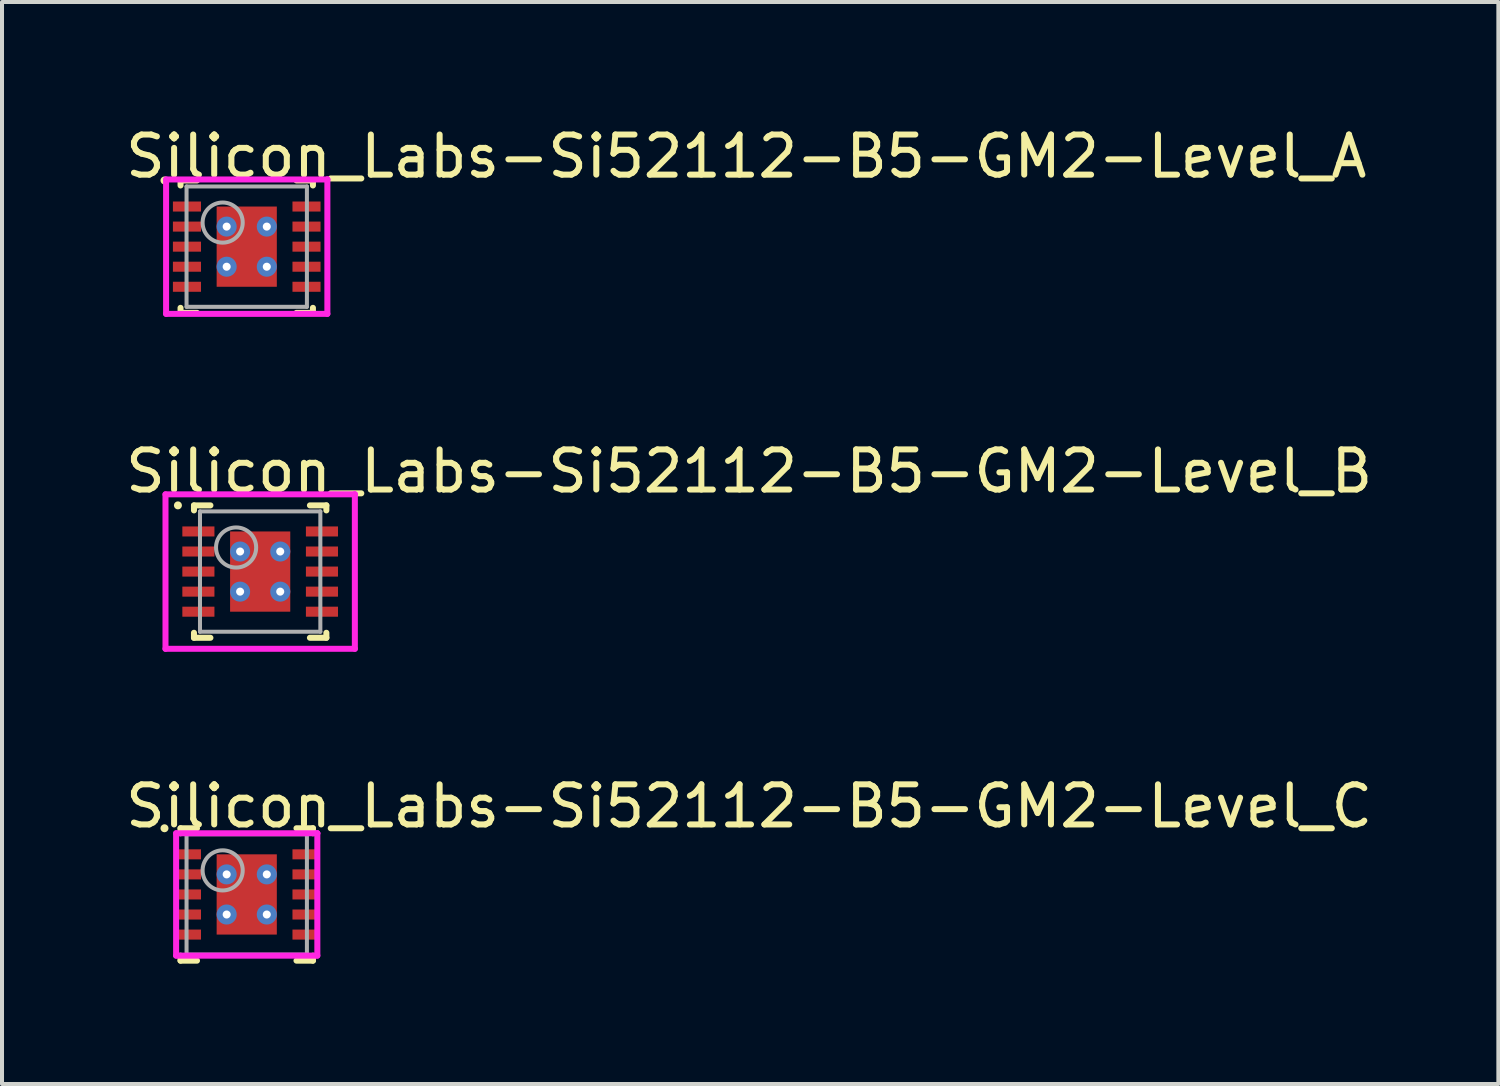
<source format=kicad_pcb>
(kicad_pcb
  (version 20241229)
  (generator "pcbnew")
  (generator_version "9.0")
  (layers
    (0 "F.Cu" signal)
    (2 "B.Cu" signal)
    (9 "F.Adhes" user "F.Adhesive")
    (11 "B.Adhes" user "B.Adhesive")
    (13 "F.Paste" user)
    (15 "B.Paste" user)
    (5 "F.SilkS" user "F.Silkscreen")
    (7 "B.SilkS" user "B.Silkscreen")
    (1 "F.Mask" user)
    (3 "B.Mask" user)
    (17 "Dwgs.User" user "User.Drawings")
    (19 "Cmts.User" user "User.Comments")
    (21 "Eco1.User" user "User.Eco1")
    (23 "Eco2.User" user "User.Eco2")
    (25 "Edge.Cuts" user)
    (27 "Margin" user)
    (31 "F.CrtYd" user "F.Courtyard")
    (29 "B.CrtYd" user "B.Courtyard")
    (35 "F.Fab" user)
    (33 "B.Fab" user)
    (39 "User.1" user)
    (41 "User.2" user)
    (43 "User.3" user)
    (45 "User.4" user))
  (footprint "Silicon_Labs-Si52112-B5-GM2-Level_B"
    (layer "F.Cu")
    (at 3.435 11.197)
    (property "Reference" "Silicon_Labs-Si52112-B5-GM2-Level_B" (at -3.435 -2.5 0) (layer "F.SilkS") (effects (font (size 1 1) (thickness 0.15)) (justify left)))
    (attr through_hole)
    (fp_line (start -1.65 -1.65) (end -1.24 -1.65) (stroke (width 0.15) (type solid)) (layer "F.SilkS"))
    (fp_line (start -1.65 -1.525) (end -1.65 -1.65) (stroke (width 0.15) (type solid)) (layer "F.SilkS"))
    (fp_line (start -1.65 1.65) (end -1.65 1.525) (stroke (width 0.15) (type solid)) (layer "F.SilkS"))
    (fp_line (start -1.65 1.65) (end -1.24 1.65) (stroke (width 0.15) (type solid)) (layer "F.SilkS"))
    (fp_line (start 1.24 -1.65) (end 1.65 -1.65) (stroke (width 0.15) (type solid)) (layer "F.SilkS"))
    (fp_line (start 1.24 1.65) (end 1.65 1.65) (stroke (width 0.15) (type solid)) (layer "F.SilkS"))
    (fp_line (start 1.65 -1.525) (end 1.65 -1.65) (stroke (width 0.15) (type solid)) (layer "F.SilkS"))
    (fp_line (start 1.65 1.65) (end 1.65 1.525) (stroke (width 0.15) (type solid)) (layer "F.SilkS"))
    (fp_circle (center -2.05 -1.65) (end -2 -1.65) (stroke (width 0.1) (type solid)) (fill no) (layer "F.SilkS"))
    (fp_line (start -2.36 -1.925) (end -2.36 1.925) (stroke (width 0.15) (type solid)) (layer "F.CrtYd"))
    (fp_line (start -2.36 1.925) (end 2.36 1.925) (stroke (width 0.15) (type solid)) (layer "F.CrtYd"))
    (fp_line (start 2.36 -1.925) (end -2.36 -1.925) (stroke (width 0.15) (type solid)) (layer "F.CrtYd"))
    (fp_line (start 2.36 -1.925) (end 2.36 -1.925) (stroke (width 0.15) (type solid)) (layer "F.CrtYd"))
    (fp_line (start 2.36 1.925) (end 2.36 -1.925) (stroke (width 0.15) (type solid)) (layer "F.CrtYd"))
    (fp_line (start -1.5 -1.5) (end 1.5 -1.5) (stroke (width 0.1) (type solid)) (layer "F.Fab"))
    (fp_line (start -1.5 1.5) (end -1.5 -1.5) (stroke (width 0.1) (type solid)) (layer "F.Fab"))
    (fp_line (start -1.5 1.5) (end 1.5 1.5) (stroke (width 0.1) (type solid)) (layer "F.Fab"))
    (fp_line (start 1.5 1.5) (end 1.5 -1.5) (stroke (width 0.1) (type solid)) (layer "F.Fab"))
    (fp_circle (center -0.6 -0.6) (end -0.1 -0.6) (stroke (width 0.1) (type solid)) (fill no) (layer "F.Fab"))
    (pad "1" smd rect (at -1.54 -1 270) (size 0.25 0.8) (layers "F.Cu" "F.Mask" "F.Paste"))
    (pad "2" smd rect (at -1.54 -0.5 270) (size 0.25 0.8) (layers "F.Cu" "F.Mask" "F.Paste"))
    (pad "3" smd rect (at -1.54 -0.000001 270) (size 0.25 0.8) (layers "F.Cu" "F.Mask" "F.Paste"))
    (pad "4" smd rect (at -1.54 0.5 270) (size 0.25 0.8) (layers "F.Cu" "F.Mask" "F.Paste"))
    (pad "5" smd rect (at -1.54 1 270) (size 0.25 0.8) (layers "F.Cu" "F.Mask" "F.Paste"))
    (pad "6" smd rect (at 1.54 1 270) (size 0.25 0.8) (layers "F.Cu" "F.Mask" "F.Paste"))
    (pad "7" smd rect (at 1.54 0.5 270) (size 0.25 0.8) (layers "F.Cu" "F.Mask" "F.Paste"))
    (pad "8" smd rect (at 1.54 -0.000001 270) (size 0.25 0.8) (layers "F.Cu" "F.Mask" "F.Paste"))
    (pad "9" smd rect (at 1.54 -0.5 270) (size 0.25 0.8) (layers "F.Cu" "F.Mask" "F.Paste"))
    (pad "10" smd rect (at 1.54 -1 270) (size 0.25 0.8) (layers "F.Cu" "F.Mask" "F.Paste"))
    (pad "11" smd rect (at 0.000001 -0.000001 270) (size 2 1.5) (layers "F.Cu" "F.Mask" "F.Paste"))
    (pad "~" thru_hole circle (at -0.5 -0.5) (size 0.5 0.5) (drill 0.2) (layers "*.Cu"))
    (pad "~" thru_hole circle (at -0.5 0.5) (size 0.5 0.5) (drill 0.2) (layers "*.Cu"))
    (pad "~" thru_hole circle (at 0.5 -0.5) (size 0.5 0.5) (drill 0.2) (layers "*.Cu"))
    (pad "~" thru_hole circle (at 0.5 0.5) (size 0.5 0.5) (drill 0.2) (layers "*.Cu")))
  (footprint "Silicon_Labs-Si52112-B5-GM2-Level_C"
    (layer "F.Cu")
    (at 3.1 19.245)
    (property "Reference" "Silicon_Labs-Si52112-B5-GM2-Level_C" (at -3.1 -2.2 0) (layer "F.SilkS") (effects (font (size 1 1) (thickness 0.15)) (justify left)))
    (attr through_hole)
    (fp_line (start -1.65 -1.65) (end -1.24 -1.65) (stroke (width 0.15) (type solid)) (layer "F.SilkS"))
    (fp_line (start -1.65 -1.525) (end -1.65 -1.65) (stroke (width 0.15) (type solid)) (layer "F.SilkS"))
    (fp_line (start -1.65 1.65) (end -1.65 1.525) (stroke (width 0.15) (type solid)) (layer "F.SilkS"))
    (fp_line (start -1.65 1.65) (end -1.24 1.65) (stroke (width 0.15) (type solid)) (layer "F.SilkS"))
    (fp_line (start 1.24 -1.65) (end 1.65 -1.65) (stroke (width 0.15) (type solid)) (layer "F.SilkS"))
    (fp_line (start 1.24 1.65) (end 1.65 1.65) (stroke (width 0.15) (type solid)) (layer "F.SilkS"))
    (fp_line (start 1.65 -1.525) (end 1.65 -1.65) (stroke (width 0.15) (type solid)) (layer "F.SilkS"))
    (fp_line (start 1.65 1.65) (end 1.65 1.525) (stroke (width 0.15) (type solid)) (layer "F.SilkS"))
    (fp_circle (center -2.05 -1.65) (end -2 -1.65) (stroke (width 0.1) (type solid)) (fill no) (layer "F.SilkS"))
    (fp_line (start -1.76 -1.525) (end -1.76 1.525) (stroke (width 0.15) (type solid)) (layer "F.CrtYd"))
    (fp_line (start -1.76 1.525) (end 1.76 1.525) (stroke (width 0.15) (type solid)) (layer "F.CrtYd"))
    (fp_line (start 1.76 -1.525) (end -1.76 -1.525) (stroke (width 0.15) (type solid)) (layer "F.CrtYd"))
    (fp_line (start 1.76 -1.525) (end 1.76 -1.525) (stroke (width 0.15) (type solid)) (layer "F.CrtYd"))
    (fp_line (start 1.76 1.525) (end 1.76 -1.525) (stroke (width 0.15) (type solid)) (layer "F.CrtYd"))
    (fp_line (start -1.5 -1.5) (end 1.5 -1.5) (stroke (width 0.1) (type solid)) (layer "F.Fab"))
    (fp_line (start -1.5 1.5) (end -1.5 -1.5) (stroke (width 0.1) (type solid)) (layer "F.Fab"))
    (fp_line (start -1.5 1.5) (end 1.5 1.5) (stroke (width 0.1) (type solid)) (layer "F.Fab"))
    (fp_line (start 1.5 1.5) (end 1.5 -1.5) (stroke (width 0.1) (type solid)) (layer "F.Fab"))
    (fp_circle (center -0.6 -0.6) (end -0.1 -0.6) (stroke (width 0.1) (type solid)) (fill no) (layer "F.Fab"))
    (pad "1" smd rect (at -1.44 -1 270) (size 0.25 0.6) (layers "F.Cu" "F.Mask" "F.Paste"))
    (pad "2" smd rect (at -1.44 -0.5 270) (size 0.25 0.6) (layers "F.Cu" "F.Mask" "F.Paste"))
    (pad "3" smd rect (at -1.44 -0.000001 270) (size 0.25 0.6) (layers "F.Cu" "F.Mask" "F.Paste"))
    (pad "4" smd rect (at -1.44 0.5 270) (size 0.25 0.6) (layers "F.Cu" "F.Mask" "F.Paste"))
    (pad "5" smd rect (at -1.44 1 270) (size 0.25 0.6) (layers "F.Cu" "F.Mask" "F.Paste"))
    (pad "6" smd rect (at 1.44 1 270) (size 0.25 0.6) (layers "F.Cu" "F.Mask" "F.Paste"))
    (pad "7" smd rect (at 1.44 0.5 270) (size 0.25 0.6) (layers "F.Cu" "F.Mask" "F.Paste"))
    (pad "8" smd rect (at 1.44 -0.000001 270) (size 0.25 0.6) (layers "F.Cu" "F.Mask" "F.Paste"))
    (pad "9" smd rect (at 1.44 -0.5 270) (size 0.25 0.6) (layers "F.Cu" "F.Mask" "F.Paste"))
    (pad "10" smd rect (at 1.44 -1 270) (size 0.25 0.6) (layers "F.Cu" "F.Mask" "F.Paste"))
    (pad "11" smd rect (at 0.000001 -0.000001 270) (size 2 1.5) (layers "F.Cu" "F.Mask" "F.Paste"))
    (pad "~" thru_hole circle (at -0.5 -0.5) (size 0.5 0.5) (drill 0.2) (layers "*.Cu"))
    (pad "~" thru_hole circle (at -0.5 0.5) (size 0.5 0.5) (drill 0.2) (layers "*.Cu"))
    (pad "~" thru_hole circle (at 0.5 -0.5) (size 0.5 0.5) (drill 0.2) (layers "*.Cu"))
    (pad "~" thru_hole circle (at 0.5 0.5) (size 0.5 0.5) (drill 0.2) (layers "*.Cu")))
  (footprint "Silicon_Labs-Si52112-B5-GM2-Level_A"
    (layer "F.Cu")
    (at 3.1 3.098)
    (property "Reference" "Silicon_Labs-Si52112-B5-GM2-Level_A" (at -3.1 -2.25 0) (layer "F.SilkS") (effects (font (size 1 1) (thickness 0.15)) (justify left)))
    (attr through_hole)
    (fp_line (start -1.65 -1.65) (end -1.24 -1.65) (stroke (width 0.15) (type solid)) (layer "F.SilkS"))
    (fp_line (start -1.65 -1.525) (end -1.65 -1.65) (stroke (width 0.15) (type solid)) (layer "F.SilkS"))
    (fp_line (start -1.65 1.65) (end -1.65 1.525) (stroke (width 0.15) (type solid)) (layer "F.SilkS"))
    (fp_line (start -1.65 1.65) (end -1.24 1.65) (stroke (width 0.15) (type solid)) (layer "F.SilkS"))
    (fp_line (start 1.24 -1.65) (end 1.65 -1.65) (stroke (width 0.15) (type solid)) (layer "F.SilkS"))
    (fp_line (start 1.24 1.65) (end 1.65 1.65) (stroke (width 0.15) (type solid)) (layer "F.SilkS"))
    (fp_line (start 1.65 -1.525) (end 1.65 -1.65) (stroke (width 0.15) (type solid)) (layer "F.SilkS"))
    (fp_line (start 1.65 1.65) (end 1.65 1.525) (stroke (width 0.15) (type solid)) (layer "F.SilkS"))
    (fp_circle (center -2.05 -1.65) (end -2 -1.65) (stroke (width 0.1) (type solid)) (fill no) (layer "F.SilkS"))
    (fp_line (start -2.01 -1.675) (end -2.01 1.675) (stroke (width 0.15) (type solid)) (layer "F.CrtYd"))
    (fp_line (start -2.01 1.675) (end 2.01 1.675) (stroke (width 0.15) (type solid)) (layer "F.CrtYd"))
    (fp_line (start 2.01 -1.675) (end -2.01 -1.675) (stroke (width 0.15) (type solid)) (layer "F.CrtYd"))
    (fp_line (start 2.01 -1.675) (end 2.01 -1.675) (stroke (width 0.15) (type solid)) (layer "F.CrtYd"))
    (fp_line (start 2.01 1.675) (end 2.01 -1.675) (stroke (width 0.15) (type solid)) (layer "F.CrtYd"))
    (fp_line (start -1.5 -1.5) (end 1.5 -1.5) (stroke (width 0.1) (type solid)) (layer "F.Fab"))
    (fp_line (start -1.5 1.5) (end -1.5 -1.5) (stroke (width 0.1) (type solid)) (layer "F.Fab"))
    (fp_line (start -1.5 1.5) (end 1.5 1.5) (stroke (width 0.1) (type solid)) (layer "F.Fab"))
    (fp_line (start 1.5 1.5) (end 1.5 -1.5) (stroke (width 0.1) (type solid)) (layer "F.Fab"))
    (fp_circle (center -0.6 -0.6) (end -0.1 -0.6) (stroke (width 0.1) (type solid)) (fill no) (layer "F.Fab"))
    (pad "1" smd rect (at -1.49 -1 270) (size 0.25 0.7) (layers "F.Cu" "F.Mask" "F.Paste"))
    (pad "2" smd rect (at -1.49 -0.5 270) (size 0.25 0.7) (layers "F.Cu" "F.Mask" "F.Paste"))
    (pad "3" smd rect (at -1.49 -0.000001 270) (size 0.25 0.7) (layers "F.Cu" "F.Mask" "F.Paste"))
    (pad "4" smd rect (at -1.49 0.5 270) (size 0.25 0.7) (layers "F.Cu" "F.Mask" "F.Paste"))
    (pad "5" smd rect (at -1.49 1 270) (size 0.25 0.7) (layers "F.Cu" "F.Mask" "F.Paste"))
    (pad "6" smd rect (at 1.49 1 270) (size 0.25 0.7) (layers "F.Cu" "F.Mask" "F.Paste"))
    (pad "7" smd rect (at 1.49 0.5 270) (size 0.25 0.7) (layers "F.Cu" "F.Mask" "F.Paste"))
    (pad "8" smd rect (at 1.49 -0.000001 270) (size 0.25 0.7) (layers "F.Cu" "F.Mask" "F.Paste"))
    (pad "9" smd rect (at 1.49 -0.5 270) (size 0.25 0.7) (layers "F.Cu" "F.Mask" "F.Paste"))
    (pad "10" smd rect (at 1.49 -1 270) (size 0.25 0.7) (layers "F.Cu" "F.Mask" "F.Paste"))
    (pad "11" smd rect (at 0.000001 -0.000001 270) (size 2 1.5) (layers "F.Cu" "F.Mask" "F.Paste"))
    (pad "~" thru_hole circle (at -0.5 -0.5) (size 0.5 0.5) (drill 0.2) (layers "*.Cu"))
    (pad "~" thru_hole circle (at -0.5 0.5) (size 0.5 0.5) (drill 0.2) (layers "*.Cu"))
    (pad "~" thru_hole circle (at 0.5 -0.5) (size 0.5 0.5) (drill 0.2) (layers "*.Cu"))
    (pad "~" thru_hole circle (at 0.5 0.5) (size 0.5 0.5) (drill 0.2) (layers "*.Cu")))
  (gr_rect
    (start -3 -3)
    (end 34.298 23.97)
    (stroke (width 0.1) (type default))
    (fill no)
    (layer "Edge.Cuts")))
</source>
